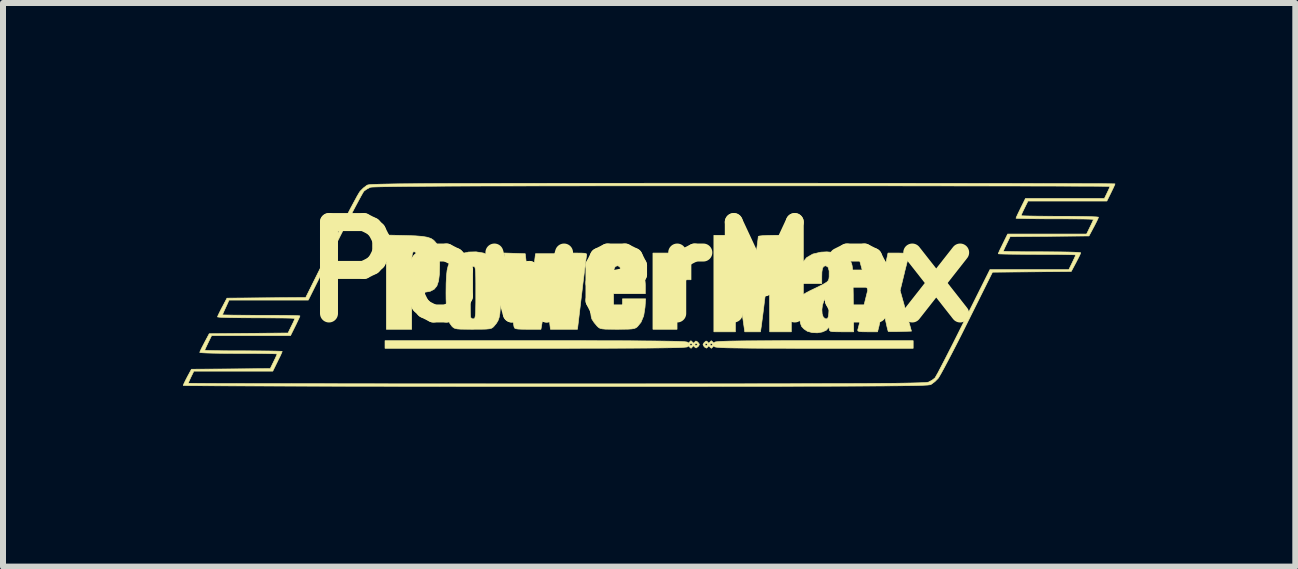
<source format=kicad_pcb>
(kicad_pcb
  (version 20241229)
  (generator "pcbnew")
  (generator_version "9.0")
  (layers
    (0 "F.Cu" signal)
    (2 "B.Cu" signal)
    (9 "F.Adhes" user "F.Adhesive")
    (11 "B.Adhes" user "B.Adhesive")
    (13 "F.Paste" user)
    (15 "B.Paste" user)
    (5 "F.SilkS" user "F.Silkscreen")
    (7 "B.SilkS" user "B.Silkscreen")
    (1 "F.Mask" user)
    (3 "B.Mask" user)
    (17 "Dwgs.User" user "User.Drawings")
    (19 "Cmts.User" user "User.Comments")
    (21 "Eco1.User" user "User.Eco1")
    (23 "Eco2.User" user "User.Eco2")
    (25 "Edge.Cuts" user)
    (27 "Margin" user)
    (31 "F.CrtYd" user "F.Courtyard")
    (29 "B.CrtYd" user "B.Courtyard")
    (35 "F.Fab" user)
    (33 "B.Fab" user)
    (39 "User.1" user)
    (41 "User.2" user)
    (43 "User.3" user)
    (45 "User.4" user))
  (footprint "PowerMax"
    (layer "F.Cu")
    (at 7.624 1.487)
    (property "Reference" "PowerMax" (at 0 0 0) (layer "F.SilkS") (effects (font (size 1.524 1.524) (thickness 0.3))))
    (attr through_hole)
    (fp_poly (pts (xy 0.821 -0.337) (xy 0.834 -0.326) (xy 0.842 -0.298) (xy 0.845 -0.247) (xy 0.847 -0.165) (xy 0.847 -0.106) (xy 0.847 0.127) (xy 0.782 0.127) (xy 0.71 0.146) (xy 0.666 0.179) (xy 0.647 0.199) (xy 0.633 0.221) (xy 0.624 0.251) (xy 0.618 0.296) (xy 0.615 0.362) (xy 0.614 0.458) (xy 0.614 0.588) (xy 0.614 0.953) (xy 0.212 0.953) (xy 0.212 -0.318) (xy 0.619 -0.318) (xy 0.59 -0.165) (xy 0.673 -0.252) (xy 0.728 -0.302) (xy 0.779 -0.333) (xy 0.801 -0.339) (xy 0.821 -0.337)) (stroke (width 0.01) (type solid)) (fill yes) (layer "F.SilkS"))
    (fp_poly (pts (xy -3.9 -0.61) (xy -3.75 -0.605) (xy -3.636 -0.596) (xy -3.551 -0.582) (xy -3.488 -0.561) (xy -3.442 -0.53) (xy -3.405 -0.489) (xy -3.386 -0.459) (xy -3.368 -0.425) (xy -3.356 -0.383) (xy -3.349 -0.326) (xy -3.345 -0.245) (xy -3.344 -0.131) (xy -3.344 -0.121) (xy -3.348 0.032) (xy -3.362 0.147) (xy -3.39 0.23) (xy -3.436 0.286) (xy -3.502 0.32) (xy -3.593 0.336) (xy -3.682 0.339) (xy -3.81 0.339) (xy -3.81 0.953) (xy -4.233 0.953) (xy -4.233 -0.138) (xy -3.81 -0.138) (xy -3.809 -0.044) (xy -3.806 0.016) (xy -3.798 0.048) (xy -3.786 0.061) (xy -3.772 0.064) (xy -3.725 0.05) (xy -3.708 0.038) (xy -3.692 -0.001) (xy -3.683 -0.067) (xy -3.683 -0.145) (xy -3.689 -0.221) (xy -3.703 -0.281) (xy -3.716 -0.305) (xy -3.755 -0.337) (xy -3.782 -0.34) (xy -3.798 -0.312) (xy -3.807 -0.248) (xy -3.81 -0.145) (xy -3.81 -0.138) (xy -4.233 -0.138) (xy -4.233 -0.618) (xy -3.9 -0.61)) (stroke (width 0.01) (type solid)) (fill yes) (layer "F.SilkS"))
    (fp_poly (pts (xy 1.819 -0.27) (xy 1.84 -0.123) (xy 1.857 -0.013) (xy 1.87 0.059) (xy 1.879 0.092) (xy 1.883 0.084) (xy 1.884 0.07) (xy 1.887 0.042) (xy 1.894 -0.02) (xy 1.905 -0.107) (xy 1.919 -0.213) (xy 1.926 -0.265) (xy 1.941 -0.376) (xy 1.954 -0.472) (xy 1.963 -0.545) (xy 1.968 -0.588) (xy 1.968 -0.596) (xy 1.988 -0.602) (xy 2.043 -0.608) (xy 2.124 -0.612) (xy 2.223 -0.614) (xy 2.244 -0.614) (xy 2.519 -0.614) (xy 2.519 0.995) (xy 2.159 0.995) (xy 2.156 0.46) (xy 2.155 0.29) (xy 2.153 0.162) (xy 2.15 0.075) (xy 2.145 0.03) (xy 2.138 0.027) (xy 2.128 0.067) (xy 2.115 0.148) (xy 2.099 0.271) (xy 2.078 0.436) (xy 2.074 0.466) (xy 2.059 0.592) (xy 2.044 0.71) (xy 2.031 0.81) (xy 2.022 0.883) (xy 2.017 0.915) (xy 2.005 0.995) (xy 1.743 0.995) (xy 1.674 0.514) (xy 1.654 0.376) (xy 1.636 0.253) (xy 1.62 0.15) (xy 1.607 0.074) (xy 1.599 0.031) (xy 1.597 0.023) (xy 1.594 0.041) (xy 1.592 0.095) (xy 1.59 0.18) (xy 1.588 0.29) (xy 1.588 0.419) (xy 1.587 0.504) (xy 1.587 0.995) (xy 1.228 0.995) (xy 1.228 -0.614) (xy 1.771 -0.614) (xy 1.819 -0.27)) (stroke (width 0.01) (type solid)) (fill yes) (layer "F.SilkS"))
    (fp_poly (pts (xy 4.403 -0.316) (xy 4.458 -0.31) (xy 4.481 -0.3) (xy 4.482 -0.291) (xy 4.474 -0.262) (xy 4.458 -0.199) (xy 4.436 -0.113) (xy 4.41 -0.01) (xy 4.403 0.021) (xy 4.333 0.307) (xy 4.428 0.646) (xy 4.522 0.984) (xy 4.333 0.99) (xy 4.248 0.992) (xy 4.181 0.992) (xy 4.141 0.99) (xy 4.135 0.989) (xy 4.128 0.966) (xy 4.114 0.911) (xy 4.097 0.834) (xy 4.088 0.792) (xy 4.068 0.702) (xy 4.052 0.652) (xy 4.039 0.643) (xy 4.026 0.672) (xy 4.013 0.74) (xy 4.011 0.751) (xy 3.996 0.831) (xy 3.979 0.91) (xy 3.977 0.915) (xy 3.957 0.995) (xy 3.787 0.995) (xy 3.702 0.994) (xy 3.653 0.99) (xy 3.63 0.981) (xy 3.626 0.966) (xy 3.628 0.958) (xy 3.637 0.925) (xy 3.654 0.859) (xy 3.676 0.769) (xy 3.703 0.662) (xy 3.716 0.611) (xy 3.793 0.302) (xy 3.71 -0.003) (xy 3.627 -0.307) (xy 3.786 -0.313) (xy 3.878 -0.314) (xy 3.938 -0.306) (xy 3.958 -0.296) (xy 3.969 -0.264) (xy 3.984 -0.204) (xy 3.999 -0.127) (xy 4 -0.12) (xy 4.02 -0.018) (xy 4.036 0.043) (xy 4.05 0.063) (xy 4.061 0.045) (xy 4.07 -0.003) (xy 4.083 -0.081) (xy 4.1 -0.171) (xy 4.107 -0.206) (xy 4.131 -0.318) (xy 4.311 -0.318) (xy 4.403 -0.316)) (stroke (width 0.01) (type solid)) (fill yes) (layer "F.SilkS"))
    (fp_poly (pts (xy 4.551 1.27) (xy 2.902 1.27) (xy 2.586 1.27) (xy 2.31 1.269) (xy 2.072 1.269) (xy 1.87 1.268) (xy 1.7 1.266) (xy 1.561 1.264) (xy 1.451 1.262) (xy 1.366 1.259) (xy 1.305 1.255) (xy 1.266 1.251) (xy 1.246 1.247) (xy 1.242 1.244) (xy 1.227 1.23) (xy 1.208 1.249) (xy 1.187 1.27) (xy 1.166 1.254) (xy 1.163 1.249) (xy 1.141 1.23) (xy 1.129 1.244) (xy 1.108 1.267) (xy 1.078 1.253) (xy 1.062 1.237) (xy 1.047 1.207) (xy 1.047 1.206) (xy 1.079 1.206) (xy 1.096 1.227) (xy 1.101 1.228) (xy 1.121 1.212) (xy 1.122 1.206) (xy 1.164 1.206) (xy 1.18 1.227) (xy 1.185 1.228) (xy 1.206 1.212) (xy 1.206 1.206) (xy 1.19 1.186) (xy 1.185 1.185) (xy 1.165 1.201) (xy 1.164 1.206) (xy 1.122 1.206) (xy 1.106 1.186) (xy 1.101 1.185) (xy 1.08 1.201) (xy 1.079 1.206) (xy 1.047 1.206) (xy 1.064 1.177) (xy 1.07 1.171) (xy 1.099 1.148) (xy 1.119 1.159) (xy 1.124 1.166) (xy 1.143 1.185) (xy 1.163 1.166) (xy 1.164 1.164) (xy 1.184 1.143) (xy 1.204 1.159) (xy 1.208 1.164) (xy 1.229 1.183) (xy 1.242 1.169) (xy 1.252 1.164) (xy 1.28 1.16) (xy 1.328 1.156) (xy 1.398 1.153) (xy 1.493 1.15) (xy 1.615 1.148) (xy 1.766 1.146) (xy 1.949 1.145) (xy 2.166 1.144) (xy 2.419 1.143) (xy 2.711 1.143) (xy 2.902 1.143) (xy 4.551 1.143) (xy 4.551 1.27)) (stroke (width 0.01) (type solid)) (fill yes) (layer "F.SilkS"))
    (fp_poly (pts (xy -0.244 -0.324) (xy -0.125 -0.283) (xy -0.034 -0.213) (xy 0.03 -0.112) (xy 0.069 0.022) (xy 0.084 0.19) (xy 0.085 0.223) (xy 0.085 0.36) (xy -0.445 0.36) (xy -0.444 0.524) (xy -0.442 0.637) (xy -0.434 0.714) (xy -0.42 0.759) (xy -0.397 0.78) (xy -0.379 0.783) (xy -0.337 0.766) (xy -0.31 0.715) (xy -0.298 0.626) (xy -0.296 0.573) (xy -0.296 0.445) (xy 0.09 0.445) (xy 0.08 0.588) (xy 0.058 0.728) (xy 0.013 0.836) (xy -0.047 0.91) (xy -0.069 0.927) (xy -0.097 0.939) (xy -0.14 0.947) (xy -0.203 0.951) (xy -0.296 0.952) (xy -0.381 0.953) (xy -0.497 0.952) (xy -0.578 0.951) (xy -0.632 0.946) (xy -0.668 0.938) (xy -0.693 0.924) (xy -0.715 0.904) (xy -0.724 0.894) (xy -0.769 0.84) (xy -0.804 0.786) (xy -0.806 0.783) (xy -0.818 0.738) (xy -0.828 0.66) (xy -0.836 0.558) (xy -0.842 0.441) (xy -0.844 0.319) (xy -0.843 0.201) (xy -0.839 0.096) (xy -0.835 0.055) (xy -0.445 0.055) (xy -0.443 0.113) (xy -0.432 0.14) (xy -0.404 0.148) (xy -0.381 0.148) (xy -0.342 0.145) (xy -0.323 0.129) (xy -0.318 0.088) (xy -0.318 0.055) (xy -0.322 -0.032) (xy -0.338 -0.083) (xy -0.367 -0.104) (xy -0.381 -0.106) (xy -0.415 -0.094) (xy -0.435 -0.055) (xy -0.444 0.018) (xy -0.445 0.055) (xy -0.835 0.055) (xy -0.831 0.013) (xy -0.828 -0.007) (xy -0.79 -0.134) (xy -0.729 -0.228) (xy -0.64 -0.292) (xy -0.522 -0.328) (xy -0.392 -0.338) (xy -0.244 -0.324)) (stroke (width 0.01) (type solid)) (fill yes) (layer "F.SilkS"))
    (fp_poly (pts (xy -2.093 -0.313) (xy -1.917 -0.307) (xy -1.881 0.002) (xy -1.868 0.114) (xy -1.856 0.214) (xy -1.846 0.293) (xy -1.839 0.342) (xy -1.838 0.351) (xy -1.833 0.345) (xy -1.824 0.303) (xy -1.812 0.23) (xy -1.799 0.133) (xy -1.788 0.042) (xy -1.746 -0.307) (xy -1.408 -0.307) (xy -1.374 0.006) (xy -1.358 0.136) (xy -1.344 0.236) (xy -1.332 0.303) (xy -1.323 0.336) (xy -1.316 0.331) (xy -1.313 0.287) (xy -1.312 0.263) (xy -1.309 0.208) (xy -1.301 0.124) (xy -1.289 0.023) (xy -1.277 -0.069) (xy -1.242 -0.318) (xy -1.063 -0.318) (xy -0.977 -0.317) (xy -0.924 -0.314) (xy -0.899 -0.306) (xy -0.892 -0.291) (xy -0.895 -0.27) (xy -0.901 -0.237) (xy -0.91 -0.168) (xy -0.923 -0.069) (xy -0.938 0.055) (xy -0.956 0.197) (xy -0.974 0.351) (xy -0.976 0.365) (xy -1.046 0.953) (xy -1.497 0.953) (xy -1.524 0.725) (xy -1.541 0.597) (xy -1.554 0.51) (xy -1.566 0.463) (xy -1.576 0.453) (xy -1.585 0.48) (xy -1.594 0.543) (xy -1.595 0.551) (xy -1.607 0.652) (xy -1.623 0.762) (xy -1.632 0.819) (xy -1.655 0.953) (xy -1.875 0.953) (xy -1.974 0.952) (xy -2.038 0.949) (xy -2.075 0.943) (xy -2.095 0.932) (xy -2.103 0.913) (xy -2.105 0.905) (xy -2.111 0.871) (xy -2.121 0.802) (xy -2.134 0.703) (xy -2.15 0.582) (xy -2.168 0.445) (xy -2.18 0.349) (xy -2.198 0.202) (xy -2.216 0.065) (xy -2.232 -0.055) (xy -2.244 -0.151) (xy -2.253 -0.217) (xy -2.256 -0.239) (xy -2.269 -0.319) (xy -2.093 -0.313)) (stroke (width 0.01) (type solid)) (fill yes) (layer "F.SilkS"))
    (fp_poly (pts (xy -1.344 1.143) (xy -0.99 1.143) (xy -0.675 1.144) (xy -0.397 1.144) (xy -0.154 1.145) (xy 0.057 1.147) (xy 0.236 1.148) (xy 0.387 1.15) (xy 0.511 1.152) (xy 0.609 1.154) (xy 0.684 1.157) (xy 0.738 1.16) (xy 0.772 1.164) (xy 0.788 1.168) (xy 0.79 1.169) (xy 0.805 1.183) (xy 0.824 1.164) (xy 0.845 1.143) (xy 0.864 1.159) (xy 0.868 1.164) (xy 0.888 1.185) (xy 0.907 1.168) (xy 0.908 1.166) (xy 0.928 1.148) (xy 0.953 1.162) (xy 0.963 1.171) (xy 0.986 1.201) (xy 0.978 1.226) (xy 0.963 1.242) (xy 0.933 1.264) (xy 0.914 1.255) (xy 0.908 1.247) (xy 0.889 1.228) (xy 0.869 1.247) (xy 0.868 1.249) (xy 0.848 1.27) (xy 0.828 1.254) (xy 0.824 1.249) (xy 0.803 1.23) (xy 0.79 1.244) (xy 0.781 1.248) (xy 0.754 1.251) (xy 0.709 1.255) (xy 0.644 1.258) (xy 0.556 1.26) (xy 0.443 1.262) (xy 0.304 1.264) (xy 0.137 1.266) (xy -0.06 1.267) (xy -0.289 1.268) (xy -0.553 1.269) (xy -0.852 1.269) (xy -1.188 1.27) (xy -1.565 1.27) (xy -1.737 1.27) (xy -4.255 1.27) (xy -4.255 1.206) (xy 0.826 1.206) (xy 0.842 1.227) (xy 0.847 1.228) (xy 0.867 1.212) (xy 0.868 1.206) (xy 0.91 1.206) (xy 0.926 1.227) (xy 0.931 1.228) (xy 0.952 1.212) (xy 0.953 1.206) (xy 0.936 1.186) (xy 0.931 1.185) (xy 0.911 1.201) (xy 0.91 1.206) (xy 0.868 1.206) (xy 0.852 1.186) (xy 0.847 1.185) (xy 0.826 1.201) (xy 0.826 1.206) (xy -4.255 1.206) (xy -4.255 1.143) (xy -1.737 1.143) (xy -1.344 1.143)) (stroke (width 0.01) (type solid)) (fill yes) (layer "F.SilkS"))
    (fp_poly (pts (xy -2.614 -0.318) (xy -2.504 -0.275) (xy -2.42 -0.209) (xy -2.389 -0.171) (xy -2.365 -0.128) (xy -2.349 -0.075) (xy -2.338 -0.004) (xy -2.332 0.09) (xy -2.329 0.215) (xy -2.328 0.341) (xy -2.329 0.492) (xy -2.333 0.607) (xy -2.34 0.694) (xy -2.353 0.76) (xy -2.372 0.812) (xy -2.4 0.857) (xy -2.437 0.901) (xy -2.44 0.905) (xy -2.46 0.924) (xy -2.483 0.937) (xy -2.517 0.945) (xy -2.57 0.95) (xy -2.649 0.952) (xy -2.762 0.952) (xy -2.788 0.953) (xy -2.907 0.952) (xy -2.992 0.951) (xy -3.049 0.947) (xy -3.087 0.939) (xy -3.112 0.927) (xy -3.133 0.909) (xy -3.142 0.899) (xy -3.177 0.85) (xy -3.203 0.786) (xy -3.221 0.701) (xy -3.232 0.589) (xy -3.233 0.562) (xy -2.833 0.562) (xy -2.832 0.657) (xy -2.83 0.724) (xy -2.827 0.757) (xy -2.826 0.758) (xy -2.799 0.779) (xy -2.778 0.779) (xy -2.766 0.774) (xy -2.756 0.759) (xy -2.75 0.73) (xy -2.745 0.681) (xy -2.743 0.606) (xy -2.741 0.501) (xy -2.741 0.36) (xy -2.741 0.338) (xy -2.741 0.193) (xy -2.742 0.084) (xy -2.744 0.007) (xy -2.748 -0.045) (xy -2.754 -0.075) (xy -2.763 -0.09) (xy -2.775 -0.095) (xy -2.783 -0.095) (xy -2.798 -0.093) (xy -2.809 -0.084) (xy -2.817 -0.062) (xy -2.822 -0.022) (xy -2.826 0.042) (xy -2.829 0.136) (xy -2.831 0.264) (xy -2.832 0.317) (xy -2.833 0.446) (xy -2.833 0.562) (xy -3.233 0.562) (xy -3.237 0.445) (xy -3.238 0.345) (xy -3.236 0.187) (xy -3.23 0.064) (xy -3.22 -0.03) (xy -3.203 -0.101) (xy -3.18 -0.157) (xy -3.159 -0.189) (xy -3.083 -0.26) (xy -2.98 -0.309) (xy -2.861 -0.335) (xy -2.736 -0.338) (xy -2.614 -0.318)) (stroke (width 0.01) (type solid)) (fill yes) (layer "F.SilkS"))
    (fp_poly (pts (xy 3.265 -0.324) (xy 3.388 -0.281) (xy 3.481 -0.21) (xy 3.502 -0.184) (xy 3.515 -0.163) (xy 3.525 -0.139) (xy 3.533 -0.106) (xy 3.539 -0.059) (xy 3.544 0.008) (xy 3.547 0.099) (xy 3.549 0.221) (xy 3.552 0.378) (xy 3.552 0.435) (xy 3.559 0.995) (xy 3.356 0.995) (xy 3.263 0.994) (xy 3.203 0.992) (xy 3.171 0.985) (xy 3.156 0.972) (xy 3.152 0.952) (xy 3.152 0.947) (xy 3.147 0.921) (xy 3.14 0.926) (xy 3.102 0.969) (xy 3.035 0.998) (xy 2.953 1.012) (xy 2.866 1.008) (xy 2.787 0.986) (xy 2.783 0.984) (xy 2.729 0.947) (xy 2.69 0.905) (xy 2.67 0.849) (xy 2.656 0.766) (xy 2.65 0.669) (xy 2.651 0.625) (xy 3.029 0.625) (xy 3.033 0.694) (xy 3.051 0.748) (xy 3.083 0.777) (xy 3.108 0.779) (xy 3.125 0.769) (xy 3.136 0.743) (xy 3.143 0.693) (xy 3.148 0.612) (xy 3.149 0.571) (xy 3.155 0.37) (xy 3.099 0.427) (xy 3.061 0.482) (xy 3.038 0.551) (xy 3.029 0.625) (xy 2.651 0.625) (xy 2.651 0.572) (xy 2.661 0.488) (xy 2.666 0.47) (xy 2.678 0.43) (xy 2.694 0.4) (xy 2.72 0.373) (xy 2.765 0.345) (xy 2.835 0.308) (xy 2.917 0.269) (xy 3.013 0.222) (xy 3.077 0.188) (xy 3.116 0.162) (xy 3.137 0.138) (xy 3.146 0.111) (xy 3.15 0.076) (xy 3.15 -0.02) (xy 3.133 -0.081) (xy 3.098 -0.105) (xy 3.092 -0.106) (xy 3.059 -0.096) (xy 3.039 -0.064) (xy 3.029 -0.002) (xy 3.027 0.076) (xy 3.027 0.191) (xy 2.646 0.191) (xy 2.646 0.111) (xy 2.661 -0.038) (xy 2.704 -0.156) (xy 2.776 -0.243) (xy 2.878 -0.302) (xy 3.012 -0.333) (xy 3.112 -0.338) (xy 3.265 -0.324)) (stroke (width 0.01) (type solid)) (fill yes) (layer "F.SilkS"))
    (fp_poly (pts (xy 2.223 -1.482) (xy 2.722 -1.482) (xy 3.207 -1.481) (xy 3.679 -1.481) (xy 4.134 -1.481) (xy 4.572 -1.481) (xy 4.99 -1.48) (xy 5.388 -1.48) (xy 5.762 -1.479) (xy 6.113 -1.479) (xy 6.437 -1.478) (xy 6.734 -1.477) (xy 7.002 -1.477) (xy 7.238 -1.476) (xy 7.442 -1.475) (xy 7.612 -1.475) (xy 7.746 -1.474) (xy 7.843 -1.473) (xy 7.9 -1.472) (xy 7.916 -1.471) (xy 7.908 -1.449) (xy 7.885 -1.399) (xy 7.852 -1.331) (xy 7.848 -1.323) (xy 7.78 -1.185) (xy 6.465 -1.185) (xy 6.407 -1.068) (xy 6.377 -1.006) (xy 6.356 -0.959) (xy 6.35 -0.941) (xy 6.37 -0.939) (xy 6.428 -0.937) (xy 6.517 -0.935) (xy 6.634 -0.933) (xy 6.772 -0.932) (xy 6.927 -0.931) (xy 6.996 -0.931) (xy 7.156 -0.931) (xy 7.302 -0.929) (xy 7.428 -0.927) (xy 7.529 -0.924) (xy 7.601 -0.921) (xy 7.637 -0.917) (xy 7.64 -0.915) (xy 7.631 -0.89) (xy 7.606 -0.838) (xy 7.571 -0.769) (xy 7.561 -0.751) (xy 7.482 -0.603) (xy 6.168 -0.592) (xy 6.111 -0.475) (xy 6.081 -0.413) (xy 6.06 -0.366) (xy 6.054 -0.349) (xy 6.074 -0.346) (xy 6.131 -0.344) (xy 6.221 -0.342) (xy 6.338 -0.34) (xy 6.476 -0.339) (xy 6.631 -0.339) (xy 6.699 -0.339) (xy 6.86 -0.338) (xy 7.005 -0.337) (xy 7.132 -0.335) (xy 7.233 -0.332) (xy 7.304 -0.328) (xy 7.341 -0.324) (xy 7.344 -0.323) (xy 7.335 -0.298) (xy 7.31 -0.246) (xy 7.274 -0.177) (xy 7.265 -0.159) (xy 7.186 -0.011) (xy 6.53 -0.005) (xy 5.873 0.001) (xy 5.45 0.851) (xy 5.361 1.03) (xy 5.275 1.199) (xy 5.195 1.354) (xy 5.123 1.491) (xy 5.062 1.606) (xy 5.013 1.695) (xy 4.979 1.753) (xy 4.966 1.772) (xy 4.913 1.825) (xy 4.857 1.867) (xy 4.845 1.874) (xy 4.835 1.877) (xy 4.816 1.88) (xy 4.788 1.883) (xy 4.748 1.885) (xy 4.694 1.888) (xy 4.627 1.89) (xy 4.544 1.892) (xy 4.445 1.893) (xy 4.326 1.895) (xy 4.188 1.896) (xy 4.029 1.898) (xy 3.848 1.899) (xy 3.642 1.9) (xy 3.412 1.901) (xy 3.154 1.902) (xy 2.869 1.902) (xy 2.554 1.903) (xy 2.209 1.904) (xy 1.831 1.904) (xy 1.42 1.904) (xy 0.974 1.905) (xy 0.491 1.905) (xy -0.029 1.905) (xy -0.588 1.905) (xy -1.188 1.905) (xy -1.417 1.905) (xy -1.927 1.905) (xy -2.425 1.905) (xy -2.911 1.905) (xy -3.382 1.904) (xy -3.838 1.904) (xy -4.275 1.903) (xy -4.694 1.903) (xy -5.091 1.902) (xy -5.466 1.901) (xy -5.816 1.9) (xy -6.141 1.899) (xy -6.438 1.898) (xy -6.705 1.897) (xy -6.942 1.896) (xy -7.146 1.895) (xy -7.315 1.894) (xy -7.449 1.893) (xy -7.546 1.892) (xy -7.603 1.89) (xy -7.619 1.889) (xy -7.61 1.864) (xy -7.604 1.853) (xy -7.535 1.853) (xy -7.514 1.853) (xy -7.453 1.854) (xy -7.352 1.855) (xy -7.214 1.856) (xy -7.041 1.857) (xy -6.833 1.857) (xy -6.593 1.858) (xy -6.323 1.859) (xy -6.023 1.859) (xy -5.696 1.86) (xy -5.343 1.86) (xy -4.967 1.861) (xy -4.568 1.861) (xy -4.148 1.862) (xy -3.709 1.862) (xy -3.253 1.862) (xy -2.781 1.862) (xy -2.295 1.863) (xy -1.797 1.863) (xy -1.4 1.863) (xy -0.786 1.863) (xy -0.214 1.863) (xy 0.318 1.862) (xy 0.813 1.862) (xy 1.27 1.862) (xy 1.693 1.862) (xy 2.081 1.861) (xy 2.436 1.861) (xy 2.76 1.86) (xy 3.054 1.859) (xy 3.32 1.859) (xy 3.558 1.858) (xy 3.771 1.857) (xy 3.959 1.855) (xy 4.124 1.854) (xy 4.267 1.853) (xy 4.39 1.851) (xy 4.494 1.849) (xy 4.581 1.847) (xy 4.651 1.845) (xy 4.707 1.843) (xy 4.749 1.841) (xy 4.779 1.838) (xy 4.799 1.835) (xy 4.808 1.833) (xy 4.867 1.801) (xy 4.912 1.766) (xy 4.914 1.764) (xy 4.93 1.737) (xy 4.964 1.677) (xy 5.011 1.587) (xy 5.072 1.47) (xy 5.143 1.331) (xy 5.223 1.174) (xy 5.309 1.003) (xy 5.39 0.841) (xy 5.831 -0.042) (xy 7.146 -0.042) (xy 7.203 -0.159) (xy 7.233 -0.222) (xy 7.254 -0.268) (xy 7.26 -0.286) (xy 7.24 -0.289) (xy 7.182 -0.291) (xy 7.093 -0.293) (xy 6.976 -0.295) (xy 6.838 -0.296) (xy 6.683 -0.296) (xy 6.615 -0.296) (xy 6.454 -0.297) (xy 6.308 -0.298) (xy 6.182 -0.299) (xy 6.081 -0.301) (xy 6.009 -0.303) (xy 5.973 -0.305) (xy 5.969 -0.307) (xy 5.978 -0.329) (xy 6.001 -0.38) (xy 6.035 -0.449) (xy 6.048 -0.476) (xy 6.126 -0.635) (xy 7.442 -0.635) (xy 7.499 -0.752) (xy 7.529 -0.815) (xy 7.55 -0.861) (xy 7.556 -0.879) (xy 7.536 -0.881) (xy 7.479 -0.884) (xy 7.389 -0.886) (xy 7.273 -0.887) (xy 7.134 -0.888) (xy 6.979 -0.889) (xy 6.911 -0.889) (xy 6.75 -0.889) (xy 6.605 -0.89) (xy 6.478 -0.892) (xy 6.377 -0.894) (xy 6.305 -0.896) (xy 6.269 -0.898) (xy 6.265 -0.899) (xy 6.274 -0.922) (xy 6.297 -0.972) (xy 6.331 -1.042) (xy 6.344 -1.069) (xy 6.423 -1.228) (xy 7.739 -1.228) (xy 7.785 -1.323) (xy 7.812 -1.38) (xy 7.829 -1.42) (xy 7.832 -1.429) (xy 7.811 -1.43) (xy 7.749 -1.431) (xy 7.649 -1.432) (xy 7.511 -1.433) (xy 7.337 -1.433) (xy 7.13 -1.434) (xy 6.89 -1.435) (xy 6.619 -1.435) (xy 6.319 -1.436) (xy 5.992 -1.436) (xy 5.64 -1.437) (xy 5.263 -1.437) (xy 4.864 -1.438) (xy 4.444 -1.438) (xy 4.005 -1.439) (xy 3.549 -1.439) (xy 3.077 -1.439) (xy 2.591 -1.439) (xy 2.093 -1.439) (xy 1.694 -1.439) (xy 1.058 -1.439) (xy 0.463 -1.439) (xy -0.091 -1.439) (xy -0.607 -1.439) (xy -1.085 -1.438) (xy -1.526 -1.438) (xy -1.932 -1.437) (xy -2.303 -1.436) (xy -2.641 -1.436) (xy -2.946 -1.435) (xy -3.221 -1.434) (xy -3.465 -1.432) (xy -3.68 -1.431) (xy -3.868 -1.43) (xy -4.029 -1.428) (xy -4.164 -1.426) (xy -4.275 -1.424) (xy -4.363 -1.422) (xy -4.428 -1.42) (xy -4.473 -1.418) (xy -4.497 -1.415) (xy -4.502 -1.414) (xy -4.562 -1.382) (xy -4.604 -1.352) (xy -4.622 -1.326) (xy -4.656 -1.266) (xy -4.705 -1.175) (xy -4.767 -1.059) (xy -4.839 -0.92) (xy -4.92 -0.763) (xy -5.007 -0.592) (xy -5.09 -0.425) (xy -5.534 0.466) (xy -6.855 0.466) (xy -6.909 0.585) (xy -6.938 0.648) (xy -6.958 0.694) (xy -6.964 0.712) (xy -6.944 0.714) (xy -6.886 0.715) (xy -6.796 0.717) (xy -6.68 0.718) (xy -6.542 0.719) (xy -6.387 0.72) (xy -6.318 0.72) (xy -6.158 0.72) (xy -6.012 0.721) (xy -5.886 0.722) (xy -5.784 0.724) (xy -5.713 0.726) (xy -5.676 0.729) (xy -5.673 0.73) (xy -5.681 0.752) (xy -5.705 0.803) (xy -5.738 0.873) (xy -5.751 0.899) (xy -5.83 1.058) (xy -7.146 1.058) (xy -7.203 1.175) (xy -7.233 1.238) (xy -7.254 1.284) (xy -7.26 1.302) (xy -7.24 1.305) (xy -7.182 1.307) (xy -7.093 1.309) (xy -6.976 1.311) (xy -6.838 1.312) (xy -6.683 1.312) (xy -6.615 1.312) (xy -6.454 1.313) (xy -6.308 1.314) (xy -6.182 1.315) (xy -6.081 1.317) (xy -6.009 1.319) (xy -5.973 1.321) (xy -5.969 1.323) (xy -5.978 1.345) (xy -6.001 1.396) (xy -6.035 1.465) (xy -6.048 1.492) (xy -6.126 1.651) (xy -7.442 1.651) (xy -7.489 1.747) (xy -7.515 1.804) (xy -7.532 1.843) (xy -7.535 1.853) (xy -7.604 1.853) (xy -7.585 1.812) (xy -7.551 1.746) (xy -7.482 1.619) (xy -6.825 1.614) (xy -6.168 1.608) (xy -6.111 1.491) (xy -6.081 1.429) (xy -6.06 1.382) (xy -6.054 1.365) (xy -6.074 1.362) (xy -6.131 1.36) (xy -6.221 1.358) (xy -6.338 1.356) (xy -6.476 1.355) (xy -6.631 1.355) (xy -6.699 1.355) (xy -6.86 1.354) (xy -7.005 1.353) (xy -7.132 1.351) (xy -7.233 1.348) (xy -7.304 1.344) (xy -7.341 1.34) (xy -7.344 1.339) (xy -7.335 1.314) (xy -7.31 1.262) (xy -7.274 1.193) (xy -7.265 1.175) (xy -7.186 1.027) (xy -6.529 1.021) (xy -5.872 1.015) (xy -5.815 0.899) (xy -5.784 0.836) (xy -5.764 0.79) (xy -5.757 0.772) (xy -5.778 0.77) (xy -5.835 0.767) (xy -5.925 0.765) (xy -6.041 0.764) (xy -6.18 0.763) (xy -6.335 0.762) (xy -6.403 0.762) (xy -6.563 0.761) (xy -6.709 0.76) (xy -6.835 0.758) (xy -6.937 0.755) (xy -7.008 0.752) (xy -7.044 0.748) (xy -7.048 0.746) (xy -7.038 0.721) (xy -7.013 0.669) (xy -6.978 0.6) (xy -6.968 0.582) (xy -6.89 0.434) (xy -6.233 0.428) (xy -5.577 0.423) (xy -5.154 -0.427) (xy -5.064 -0.606) (xy -4.978 -0.775) (xy -4.898 -0.931) (xy -4.827 -1.068) (xy -4.765 -1.183) (xy -4.717 -1.272) (xy -4.683 -1.329) (xy -4.669 -1.349) (xy -4.616 -1.402) (xy -4.561 -1.444) (xy -4.549 -1.451) (xy -4.539 -1.454) (xy -4.52 -1.457) (xy -4.491 -1.46) (xy -4.451 -1.462) (xy -4.398 -1.464) (xy -4.331 -1.466) (xy -4.248 -1.468) (xy -4.148 -1.47) (xy -4.03 -1.472) (xy -3.892 -1.473) (xy -3.733 -1.474) (xy -3.552 -1.476) (xy -3.346 -1.477) (xy -3.115 -1.478) (xy -2.858 -1.478) (xy -2.573 -1.479) (xy -2.258 -1.48) (xy -1.912 -1.48) (xy -1.535 -1.481) (xy -1.123 -1.481) (xy -0.677 -1.481) (xy -0.195 -1.481) (xy 0.325 -1.482) (xy 0.885 -1.482) (xy 1.484 -1.482) (xy 1.713 -1.482) (xy 2.223 -1.482)) (stroke (width 0.01) (type solid)) (fill yes) (layer "F.SilkS")))
  (gr_rect
    (start -3 -3)
    (end 18.546 6.397)
    (stroke (width 0.1) (type default))
    (fill no)
    (layer "Edge.Cuts")))
</source>
